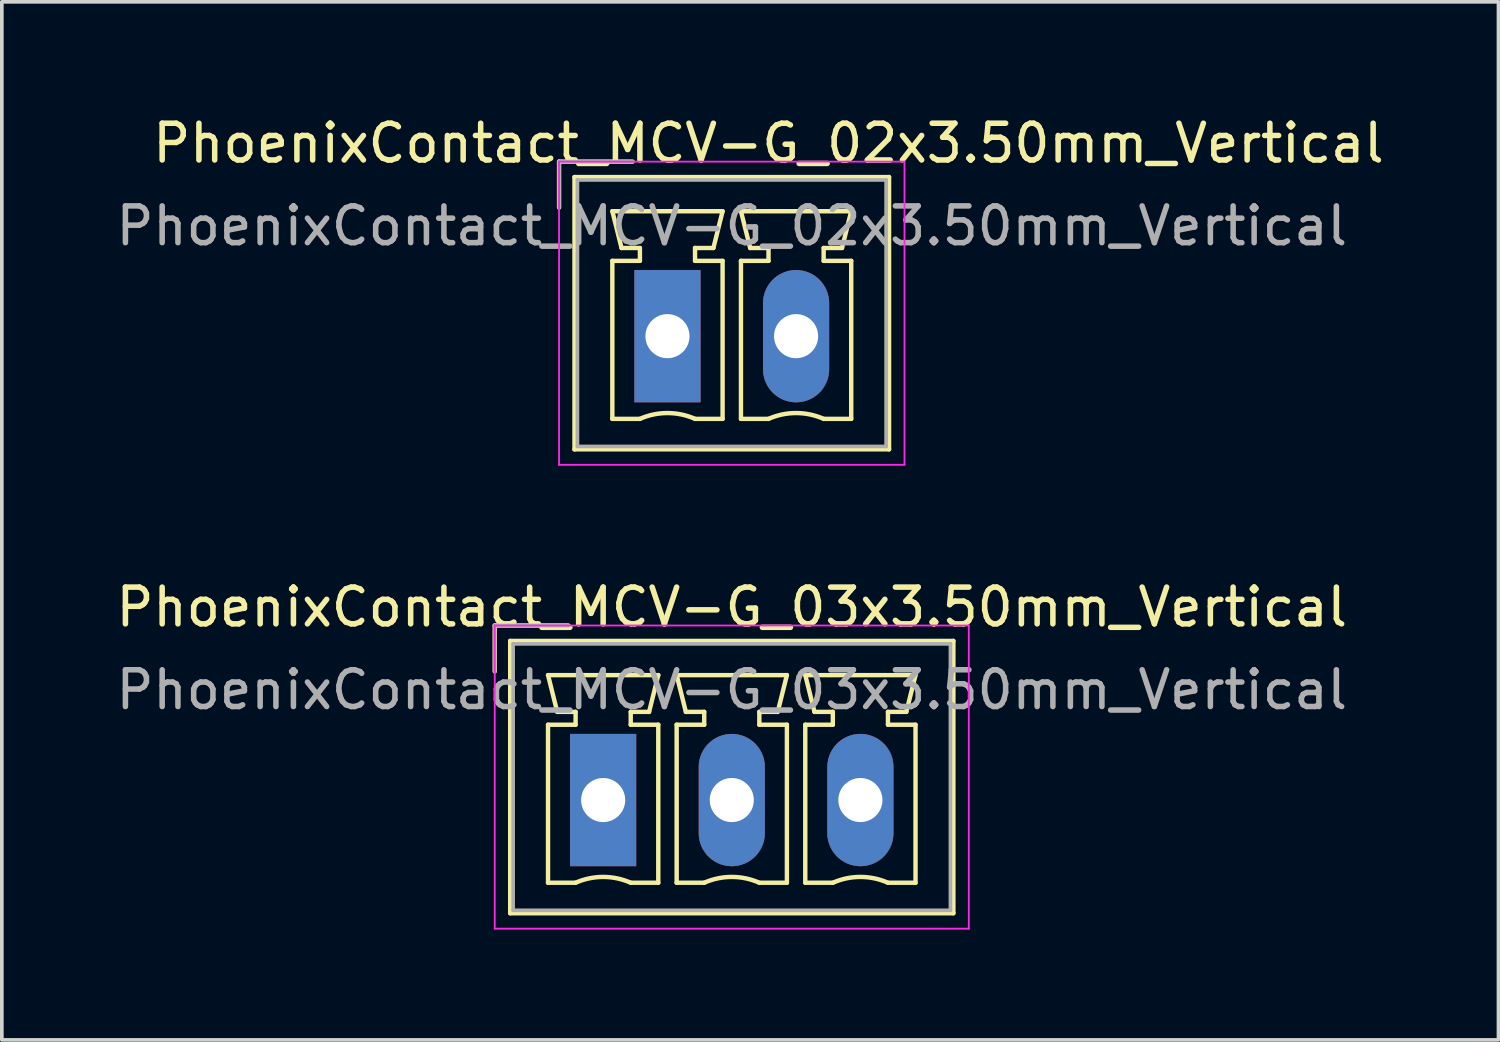
<source format=kicad_pcb>
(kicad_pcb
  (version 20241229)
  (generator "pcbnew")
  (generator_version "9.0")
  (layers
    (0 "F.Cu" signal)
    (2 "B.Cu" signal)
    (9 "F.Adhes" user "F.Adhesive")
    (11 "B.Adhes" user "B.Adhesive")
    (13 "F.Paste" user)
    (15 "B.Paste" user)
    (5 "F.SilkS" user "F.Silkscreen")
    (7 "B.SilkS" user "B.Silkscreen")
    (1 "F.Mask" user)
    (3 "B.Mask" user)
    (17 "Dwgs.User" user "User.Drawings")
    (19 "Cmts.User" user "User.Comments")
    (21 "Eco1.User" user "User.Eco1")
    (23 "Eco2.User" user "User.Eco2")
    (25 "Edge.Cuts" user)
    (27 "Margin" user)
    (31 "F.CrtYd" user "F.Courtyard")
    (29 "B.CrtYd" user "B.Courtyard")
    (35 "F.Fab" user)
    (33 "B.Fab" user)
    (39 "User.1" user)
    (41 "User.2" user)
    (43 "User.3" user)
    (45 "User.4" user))
  (footprint "PhoenixContact_MCV-G_02x3.50mm_Vertical"
    (layer "F.Cu")
    (at 15.113 6.098)
    (property "Reference" "PhoenixContact_MCV-G_02x3.50mm_Vertical" (at 2.75 -5.25 0) (layer "F.SilkS") (effects (font (size 1 1) (thickness 0.15))))
    (attr through_hole)
    (fp_line (start -2.95 -4.75) (end -0.95 -4.75) (stroke (width 0.12) (type solid)) (layer "F.SilkS"))
    (fp_line (start -2.95 -3.5) (end -2.95 -4.75) (stroke (width 0.12) (type solid)) (layer "F.SilkS"))
    (fp_line (start -2.53 -4.33) (end -2.53 3.08) (stroke (width 0.12) (type solid)) (layer "F.SilkS"))
    (fp_line (start -2.53 3.08) (end 6.03 3.08) (stroke (width 0.12) (type solid)) (layer "F.SilkS"))
    (fp_line (start -1.5 -3.4) (end 1.5 -3.4) (stroke (width 0.12) (type solid)) (layer "F.SilkS"))
    (fp_line (start -1.5 -2.05) (end -0.75 -2.05) (stroke (width 0.12) (type solid)) (layer "F.SilkS"))
    (fp_line (start -1.5 2.25) (end -1.5 -2.05) (stroke (width 0.12) (type solid)) (layer "F.SilkS"))
    (fp_line (start -1.25 -2.4) (end -1.5 -3.4) (stroke (width 0.12) (type solid)) (layer "F.SilkS"))
    (fp_line (start -0.75 -2.4) (end -1.25 -2.4) (stroke (width 0.12) (type solid)) (layer "F.SilkS"))
    (fp_line (start -0.75 -2.05) (end -0.75 -2.4) (stroke (width 0.12) (type solid)) (layer "F.SilkS"))
    (fp_line (start -0.75 2.25) (end -1.5 2.25) (stroke (width 0.12) (type solid)) (layer "F.SilkS"))
    (fp_line (start 0.75 -2.4) (end 0.75 -2.05) (stroke (width 0.12) (type solid)) (layer "F.SilkS"))
    (fp_line (start 0.75 -2.05) (end 1.5 -2.05) (stroke (width 0.12) (type solid)) (layer "F.SilkS"))
    (fp_line (start 1.25 -2.4) (end 0.75 -2.4) (stroke (width 0.12) (type solid)) (layer "F.SilkS"))
    (fp_line (start 1.5 -3.4) (end 1.25 -2.4) (stroke (width 0.12) (type solid)) (layer "F.SilkS"))
    (fp_line (start 1.5 -2.05) (end 1.5 2.25) (stroke (width 0.12) (type solid)) (layer "F.SilkS"))
    (fp_line (start 1.5 2.25) (end 0.75 2.25) (stroke (width 0.12) (type solid)) (layer "F.SilkS"))
    (fp_line (start 2 -3.4) (end 5 -3.4) (stroke (width 0.12) (type solid)) (layer "F.SilkS"))
    (fp_line (start 2 -2.05) (end 2.75 -2.05) (stroke (width 0.12) (type solid)) (layer "F.SilkS"))
    (fp_line (start 2 2.25) (end 2 -2.05) (stroke (width 0.12) (type solid)) (layer "F.SilkS"))
    (fp_line (start 2.25 -2.4) (end 2 -3.4) (stroke (width 0.12) (type solid)) (layer "F.SilkS"))
    (fp_line (start 2.75 -2.4) (end 2.25 -2.4) (stroke (width 0.12) (type solid)) (layer "F.SilkS"))
    (fp_line (start 2.75 -2.05) (end 2.75 -2.4) (stroke (width 0.12) (type solid)) (layer "F.SilkS"))
    (fp_line (start 2.75 2.25) (end 2 2.25) (stroke (width 0.12) (type solid)) (layer "F.SilkS"))
    (fp_line (start 4.25 -2.4) (end 4.25 -2.05) (stroke (width 0.12) (type solid)) (layer "F.SilkS"))
    (fp_line (start 4.25 -2.05) (end 5 -2.05) (stroke (width 0.12) (type solid)) (layer "F.SilkS"))
    (fp_line (start 4.75 -2.4) (end 4.25 -2.4) (stroke (width 0.12) (type solid)) (layer "F.SilkS"))
    (fp_line (start 5 -3.4) (end 4.75 -2.4) (stroke (width 0.12) (type solid)) (layer "F.SilkS"))
    (fp_line (start 5 -2.05) (end 5 2.25) (stroke (width 0.12) (type solid)) (layer "F.SilkS"))
    (fp_line (start 5 2.25) (end 4.25 2.25) (stroke (width 0.12) (type solid)) (layer "F.SilkS"))
    (fp_line (start 6.03 -4.33) (end -2.53 -4.33) (stroke (width 0.12) (type solid)) (layer "F.SilkS"))
    (fp_line (start 6.03 3.08) (end 6.03 -4.33) (stroke (width 0.12) (type solid)) (layer "F.SilkS"))
    (fp_arc (start -0.75 2.25) (mid -0.000193 2.09191) (end 0.749647 2.249844) (stroke (width 0.12) (type solid)) (layer "F.SilkS"))
    (fp_arc (start 2.75 2.25) (mid 3.499807 2.09191) (end 4.249647 2.249844) (stroke (width 0.12) (type solid)) (layer "F.SilkS"))
    (fp_line (start -2.95 -4.75) (end -2.95 3.5) (stroke (width 0.05) (type solid)) (layer "F.CrtYd"))
    (fp_line (start -2.95 3.5) (end 6.45 3.5) (stroke (width 0.05) (type solid)) (layer "F.CrtYd"))
    (fp_line (start 6.45 -4.75) (end -2.95 -4.75) (stroke (width 0.05) (type solid)) (layer "F.CrtYd"))
    (fp_line (start 6.45 3.5) (end 6.45 -4.75) (stroke (width 0.05) (type solid)) (layer "F.CrtYd"))
    (fp_line (start -2.95 -4.75) (end -0.95 -4.75) (stroke (width 0.1) (type solid)) (layer "F.Fab"))
    (fp_line (start -2.95 -3.5) (end -2.95 -4.75) (stroke (width 0.1) (type solid)) (layer "F.Fab"))
    (fp_line (start -2.45 -4.25) (end -2.45 3) (stroke (width 0.1) (type solid)) (layer "F.Fab"))
    (fp_line (start -2.45 3) (end 5.95 3) (stroke (width 0.1) (type solid)) (layer "F.Fab"))
    (fp_line (start 5.95 -4.25) (end -2.45 -4.25) (stroke (width 0.1) (type solid)) (layer "F.Fab"))
    (fp_line (start 5.95 3) (end 5.95 -4.25) (stroke (width 0.1) (type solid)) (layer "F.Fab"))
    (fp_text user "${REFERENCE}" (at 1.75 -3 0) (layer "F.Fab") (effects (font (size 1 1) (thickness 0.15))))
    (pad "1" thru_hole rect (at 0 0) (size 1.8 3.6) (drill 1.2) (layers "*.Cu" "*.Mask"))
    (pad "2" thru_hole oval (at 3.5 0) (size 1.8 3.6) (drill 1.2) (layers "*.Cu" "*.Mask")))
  (footprint "PhoenixContact_MCV-G_03x3.50mm_Vertical"
    (layer "F.Cu")
    (at 13.363 18.721)
    (property "Reference" "PhoenixContact_MCV-G_03x3.50mm_Vertical" (at 3.5 -5.25 0) (layer "F.SilkS") (effects (font (size 1 1) (thickness 0.15))))
    (attr through_hole)
    (fp_line (start -2.95 -4.75) (end -0.95 -4.75) (stroke (width 0.12) (type solid)) (layer "F.SilkS"))
    (fp_line (start -2.95 -3.5) (end -2.95 -4.75) (stroke (width 0.12) (type solid)) (layer "F.SilkS"))
    (fp_line (start -2.53 -4.33) (end -2.53 3.08) (stroke (width 0.12) (type solid)) (layer "F.SilkS"))
    (fp_line (start -2.53 3.08) (end 9.53 3.08) (stroke (width 0.12) (type solid)) (layer "F.SilkS"))
    (fp_line (start -1.5 -3.4) (end 1.5 -3.4) (stroke (width 0.12) (type solid)) (layer "F.SilkS"))
    (fp_line (start -1.5 -2.05) (end -0.75 -2.05) (stroke (width 0.12) (type solid)) (layer "F.SilkS"))
    (fp_line (start -1.5 2.25) (end -1.5 -2.05) (stroke (width 0.12) (type solid)) (layer "F.SilkS"))
    (fp_line (start -1.25 -2.4) (end -1.5 -3.4) (stroke (width 0.12) (type solid)) (layer "F.SilkS"))
    (fp_line (start -0.75 -2.4) (end -1.25 -2.4) (stroke (width 0.12) (type solid)) (layer "F.SilkS"))
    (fp_line (start -0.75 -2.05) (end -0.75 -2.4) (stroke (width 0.12) (type solid)) (layer "F.SilkS"))
    (fp_line (start -0.75 2.25) (end -1.5 2.25) (stroke (width 0.12) (type solid)) (layer "F.SilkS"))
    (fp_line (start 0.75 -2.4) (end 0.75 -2.05) (stroke (width 0.12) (type solid)) (layer "F.SilkS"))
    (fp_line (start 0.75 -2.05) (end 1.5 -2.05) (stroke (width 0.12) (type solid)) (layer "F.SilkS"))
    (fp_line (start 1.25 -2.4) (end 0.75 -2.4) (stroke (width 0.12) (type solid)) (layer "F.SilkS"))
    (fp_line (start 1.5 -3.4) (end 1.25 -2.4) (stroke (width 0.12) (type solid)) (layer "F.SilkS"))
    (fp_line (start 1.5 -2.05) (end 1.5 2.25) (stroke (width 0.12) (type solid)) (layer "F.SilkS"))
    (fp_line (start 1.5 2.25) (end 0.75 2.25) (stroke (width 0.12) (type solid)) (layer "F.SilkS"))
    (fp_line (start 2 -3.4) (end 5 -3.4) (stroke (width 0.12) (type solid)) (layer "F.SilkS"))
    (fp_line (start 2 -2.05) (end 2.75 -2.05) (stroke (width 0.12) (type solid)) (layer "F.SilkS"))
    (fp_line (start 2 2.25) (end 2 -2.05) (stroke (width 0.12) (type solid)) (layer "F.SilkS"))
    (fp_line (start 2.25 -2.4) (end 2 -3.4) (stroke (width 0.12) (type solid)) (layer "F.SilkS"))
    (fp_line (start 2.75 -2.4) (end 2.25 -2.4) (stroke (width 0.12) (type solid)) (layer "F.SilkS"))
    (fp_line (start 2.75 -2.05) (end 2.75 -2.4) (stroke (width 0.12) (type solid)) (layer "F.SilkS"))
    (fp_line (start 2.75 2.25) (end 2 2.25) (stroke (width 0.12) (type solid)) (layer "F.SilkS"))
    (fp_line (start 4.25 -2.4) (end 4.25 -2.05) (stroke (width 0.12) (type solid)) (layer "F.SilkS"))
    (fp_line (start 4.25 -2.05) (end 5 -2.05) (stroke (width 0.12) (type solid)) (layer "F.SilkS"))
    (fp_line (start 4.75 -2.4) (end 4.25 -2.4) (stroke (width 0.12) (type solid)) (layer "F.SilkS"))
    (fp_line (start 5 -3.4) (end 4.75 -2.4) (stroke (width 0.12) (type solid)) (layer "F.SilkS"))
    (fp_line (start 5 -2.05) (end 5 2.25) (stroke (width 0.12) (type solid)) (layer "F.SilkS"))
    (fp_line (start 5 2.25) (end 4.25 2.25) (stroke (width 0.12) (type solid)) (layer "F.SilkS"))
    (fp_line (start 5.5 -3.4) (end 8.5 -3.4) (stroke (width 0.12) (type solid)) (layer "F.SilkS"))
    (fp_line (start 5.5 -2.05) (end 6.25 -2.05) (stroke (width 0.12) (type solid)) (layer "F.SilkS"))
    (fp_line (start 5.5 2.25) (end 5.5 -2.05) (stroke (width 0.12) (type solid)) (layer "F.SilkS"))
    (fp_line (start 5.75 -2.4) (end 5.5 -3.4) (stroke (width 0.12) (type solid)) (layer "F.SilkS"))
    (fp_line (start 6.25 -2.4) (end 5.75 -2.4) (stroke (width 0.12) (type solid)) (layer "F.SilkS"))
    (fp_line (start 6.25 -2.05) (end 6.25 -2.4) (stroke (width 0.12) (type solid)) (layer "F.SilkS"))
    (fp_line (start 6.25 2.25) (end 5.5 2.25) (stroke (width 0.12) (type solid)) (layer "F.SilkS"))
    (fp_line (start 7.75 -2.4) (end 7.75 -2.05) (stroke (width 0.12) (type solid)) (layer "F.SilkS"))
    (fp_line (start 7.75 -2.05) (end 8.5 -2.05) (stroke (width 0.12) (type solid)) (layer "F.SilkS"))
    (fp_line (start 8.25 -2.4) (end 7.75 -2.4) (stroke (width 0.12) (type solid)) (layer "F.SilkS"))
    (fp_line (start 8.5 -3.4) (end 8.25 -2.4) (stroke (width 0.12) (type solid)) (layer "F.SilkS"))
    (fp_line (start 8.5 -2.05) (end 8.5 2.25) (stroke (width 0.12) (type solid)) (layer "F.SilkS"))
    (fp_line (start 8.5 2.25) (end 7.75 2.25) (stroke (width 0.12) (type solid)) (layer "F.SilkS"))
    (fp_line (start 9.53 -4.33) (end -2.53 -4.33) (stroke (width 0.12) (type solid)) (layer "F.SilkS"))
    (fp_line (start 9.53 3.08) (end 9.53 -4.33) (stroke (width 0.12) (type solid)) (layer "F.SilkS"))
    (fp_arc (start -0.75 2.25) (mid -0.000193 2.09191) (end 0.749647 2.249844) (stroke (width 0.12) (type solid)) (layer "F.SilkS"))
    (fp_arc (start 2.75 2.25) (mid 3.499807 2.09191) (end 4.249647 2.249844) (stroke (width 0.12) (type solid)) (layer "F.SilkS"))
    (fp_arc (start 6.25 2.25) (mid 6.999807 2.09191) (end 7.749647 2.249844) (stroke (width 0.12) (type solid)) (layer "F.SilkS"))
    (fp_line (start -2.95 -4.75) (end -2.95 3.5) (stroke (width 0.05) (type solid)) (layer "F.CrtYd"))
    (fp_line (start -2.95 3.5) (end 9.95 3.5) (stroke (width 0.05) (type solid)) (layer "F.CrtYd"))
    (fp_line (start 9.95 -4.75) (end -2.95 -4.75) (stroke (width 0.05) (type solid)) (layer "F.CrtYd"))
    (fp_line (start 9.95 3.5) (end 9.95 -4.75) (stroke (width 0.05) (type solid)) (layer "F.CrtYd"))
    (fp_line (start -2.95 -4.75) (end -0.95 -4.75) (stroke (width 0.1) (type solid)) (layer "F.Fab"))
    (fp_line (start -2.95 -3.5) (end -2.95 -4.75) (stroke (width 0.1) (type solid)) (layer "F.Fab"))
    (fp_line (start -2.45 -4.25) (end -2.45 3) (stroke (width 0.1) (type solid)) (layer "F.Fab"))
    (fp_line (start -2.45 3) (end 9.45 3) (stroke (width 0.1) (type solid)) (layer "F.Fab"))
    (fp_line (start 9.45 -4.25) (end -2.45 -4.25) (stroke (width 0.1) (type solid)) (layer "F.Fab"))
    (fp_line (start 9.45 3) (end 9.45 -4.25) (stroke (width 0.1) (type solid)) (layer "F.Fab"))
    (fp_text user "${REFERENCE}" (at 3.5 -3 0) (layer "F.Fab") (effects (font (size 1 1) (thickness 0.15))))
    (pad "1" thru_hole rect (at 0 0) (size 1.8 3.6) (drill 1.2) (layers "*.Cu" "*.Mask"))
    (pad "2" thru_hole oval (at 3.5 0) (size 1.8 3.6) (drill 1.2) (layers "*.Cu" "*.Mask"))
    (pad "3" thru_hole oval (at 7 0) (size 1.8 3.6) (drill 1.2) (layers "*.Cu" "*.Mask")))
  (gr_rect
    (start -3 -3)
    (end 37.726 25.247)
    (stroke (width 0.1) (type default))
    (fill no)
    (layer "Edge.Cuts")))
</source>
